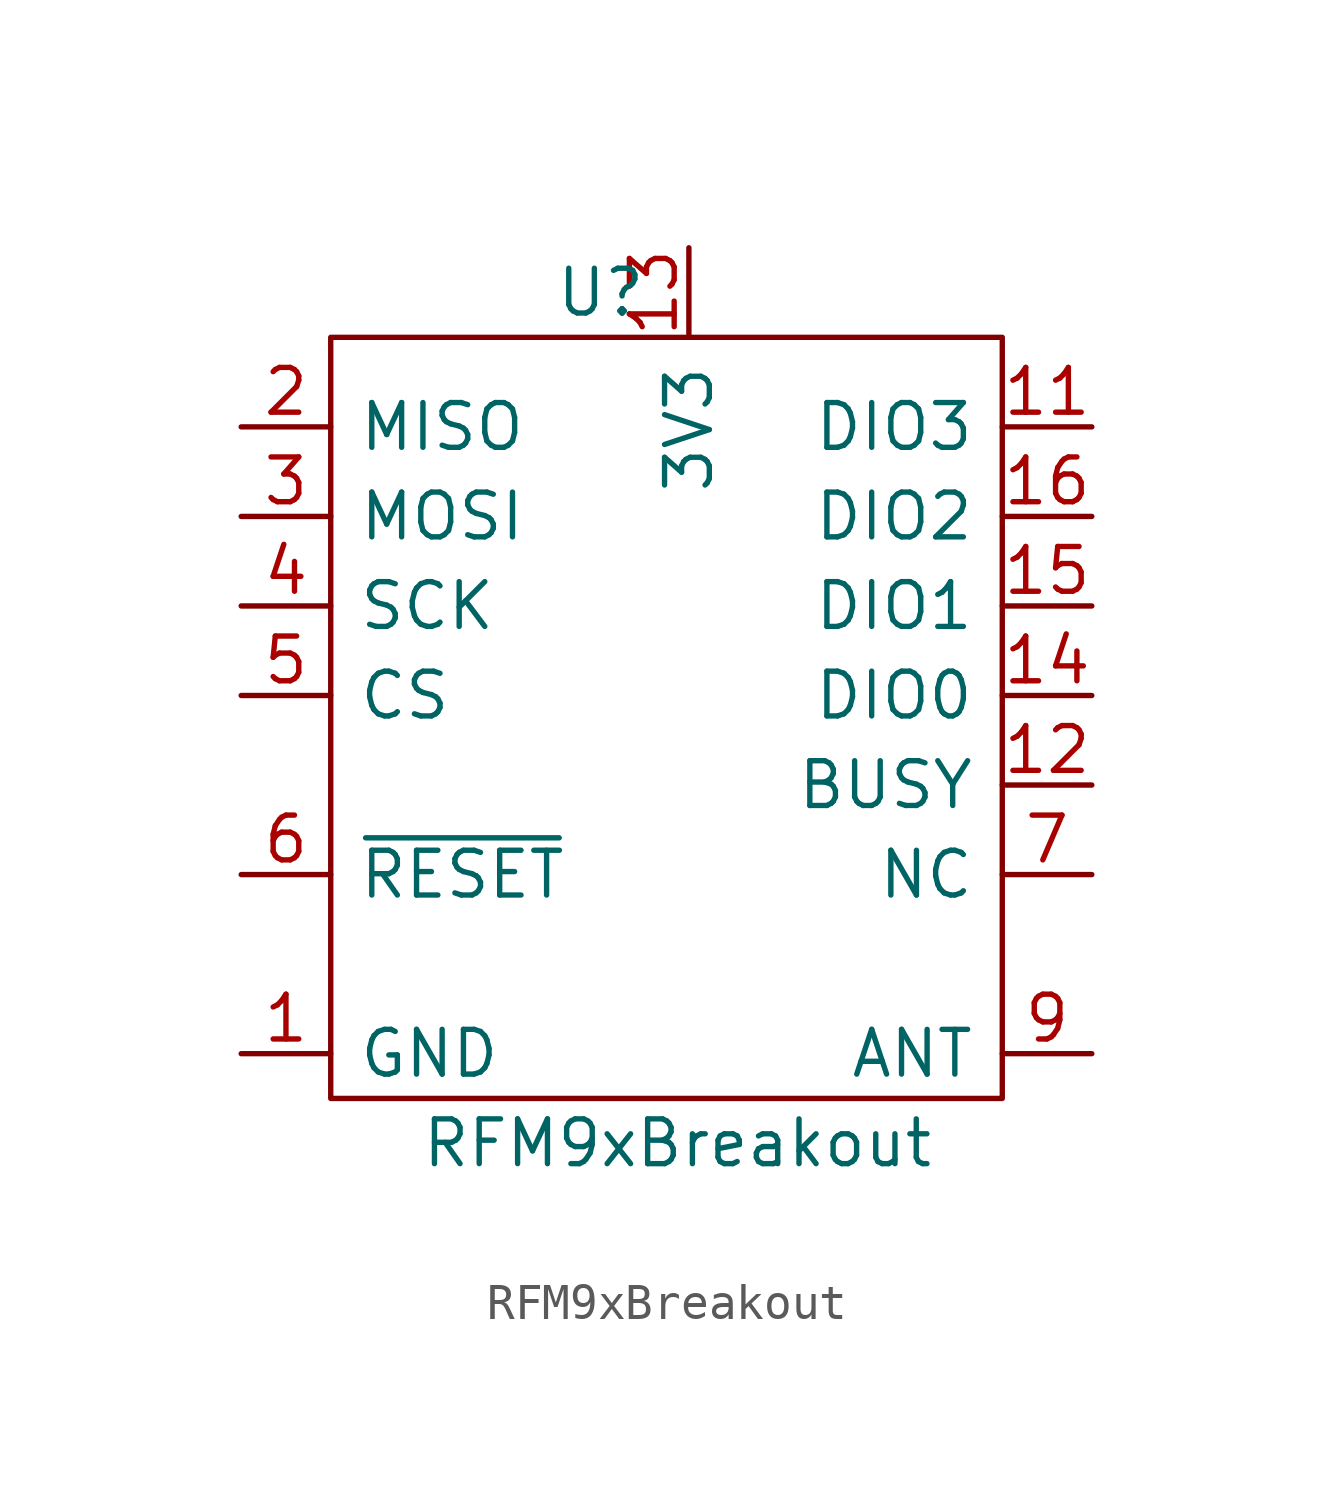
<source format=kicad_sym>
(kicad_symbol_lib
  (version 20220914)
  (generator kicad_symbol_editor)
  (symbol "RFM9xBreakout"
    (pin_names
      (offset 0.762))
    (property "Reference" "U"
      (at -3.81 12.7 0)
      (effects (font (size 1.27 1.27)) (justify left)))
    (property "Value" "RFM9xBreakout"
      (at -7.62 -11.43 0)
      (effects (font (size 1.27 1.27)) (justify left)))
    (symbol "RFM9xBreakout_0_1"
      (rectangle (start -10.16 11.43) (end 8.89 -10.16) (stroke (width 0) (type solid)) (fill (type none))))
    (symbol "RFM9xBreakout_1_1"
      (pin bidirectional line (at -12.7 -8.89 0) (length 2.54) (name "GND" (effects (font (size 1.27 1.27)))) (number "1" (effects (font (size 1.27 1.27)))))
      (pin bidirectional line (at -12.7 -8.89 0) (length 2.54) hide (name "GND" (effects (font (size 1.27 1.27)))) (number "10" (effects (font (size 1.27 1.27)))))
      (pin bidirectional line (at 11.43 8.89 180) (length 2.54) (name "DIO3" (effects (font (size 1.27 1.27)))) (number "11" (effects (font (size 1.27 1.27)))))
      (pin bidirectional line (at 11.43 -1.27 180) (length 2.54) (name "BUSY" (effects (font (size 1.27 1.27)))) (number "12" (effects (font (size 1.27 1.27)))))
      (pin bidirectional line (at 0 13.97 270) (length 2.54) (name "3V3" (effects (font (size 1.27 1.27)))) (number "13" (effects (font (size 1.27 1.27)))))
      (pin bidirectional line (at 11.43 1.27 180) (length 2.54) (name "DIO0" (effects (font (size 1.27 1.27)))) (number "14" (effects (font (size 1.27 1.27)))))
      (pin bidirectional line (at 11.43 3.81 180) (length 2.54) (name "DIO1" (effects (font (size 1.27 1.27)))) (number "15" (effects (font (size 1.27 1.27)))))
      (pin bidirectional line (at 11.43 6.35 180) (length 2.54) (name "DIO2" (effects (font (size 1.27 1.27)))) (number "16" (effects (font (size 1.27 1.27)))))
      (pin bidirectional line (at -12.7 8.89 0) (length 2.54) (name "MISO" (effects (font (size 1.27 1.27)))) (number "2" (effects (font (size 1.27 1.27)))))
      (pin bidirectional line (at -12.7 6.35 0) (length 2.54) (name "MOSI" (effects (font (size 1.27 1.27)))) (number "3" (effects (font (size 1.27 1.27)))))
      (pin bidirectional line (at -12.7 3.81 0) (length 2.54) (name "SCK" (effects (font (size 1.27 1.27)))) (number "4" (effects (font (size 1.27 1.27)))))
      (pin bidirectional line (at -12.7 1.27 0) (length 2.54) (name "CS" (effects (font (size 1.27 1.27)))) (number "5" (effects (font (size 1.27 1.27)))))
      (pin bidirectional line (at -12.7 -3.81 0) (length 2.54) (name "~{RESET}" (effects (font (size 1.27 1.27)))) (number "6" (effects (font (size 1.27 1.27)))))
      (pin bidirectional line (at 11.43 -3.81 180) (length 2.54) (name "NC" (effects (font (size 1.27 1.27)))) (number "7" (effects (font (size 1.27 1.27)))))
      (pin bidirectional line (at -12.7 -8.89 0) (length 2.54) hide (name "GND" (effects (font (size 1.27 1.27)))) (number "8" (effects (font (size 1.27 1.27)))))
      (pin bidirectional line (at 11.43 -8.89 180) (length 2.54) (name "ANT" (effects (font (size 1.27 1.27)))) (number "9" (effects (font (size 1.27 1.27))))))))
</source>
